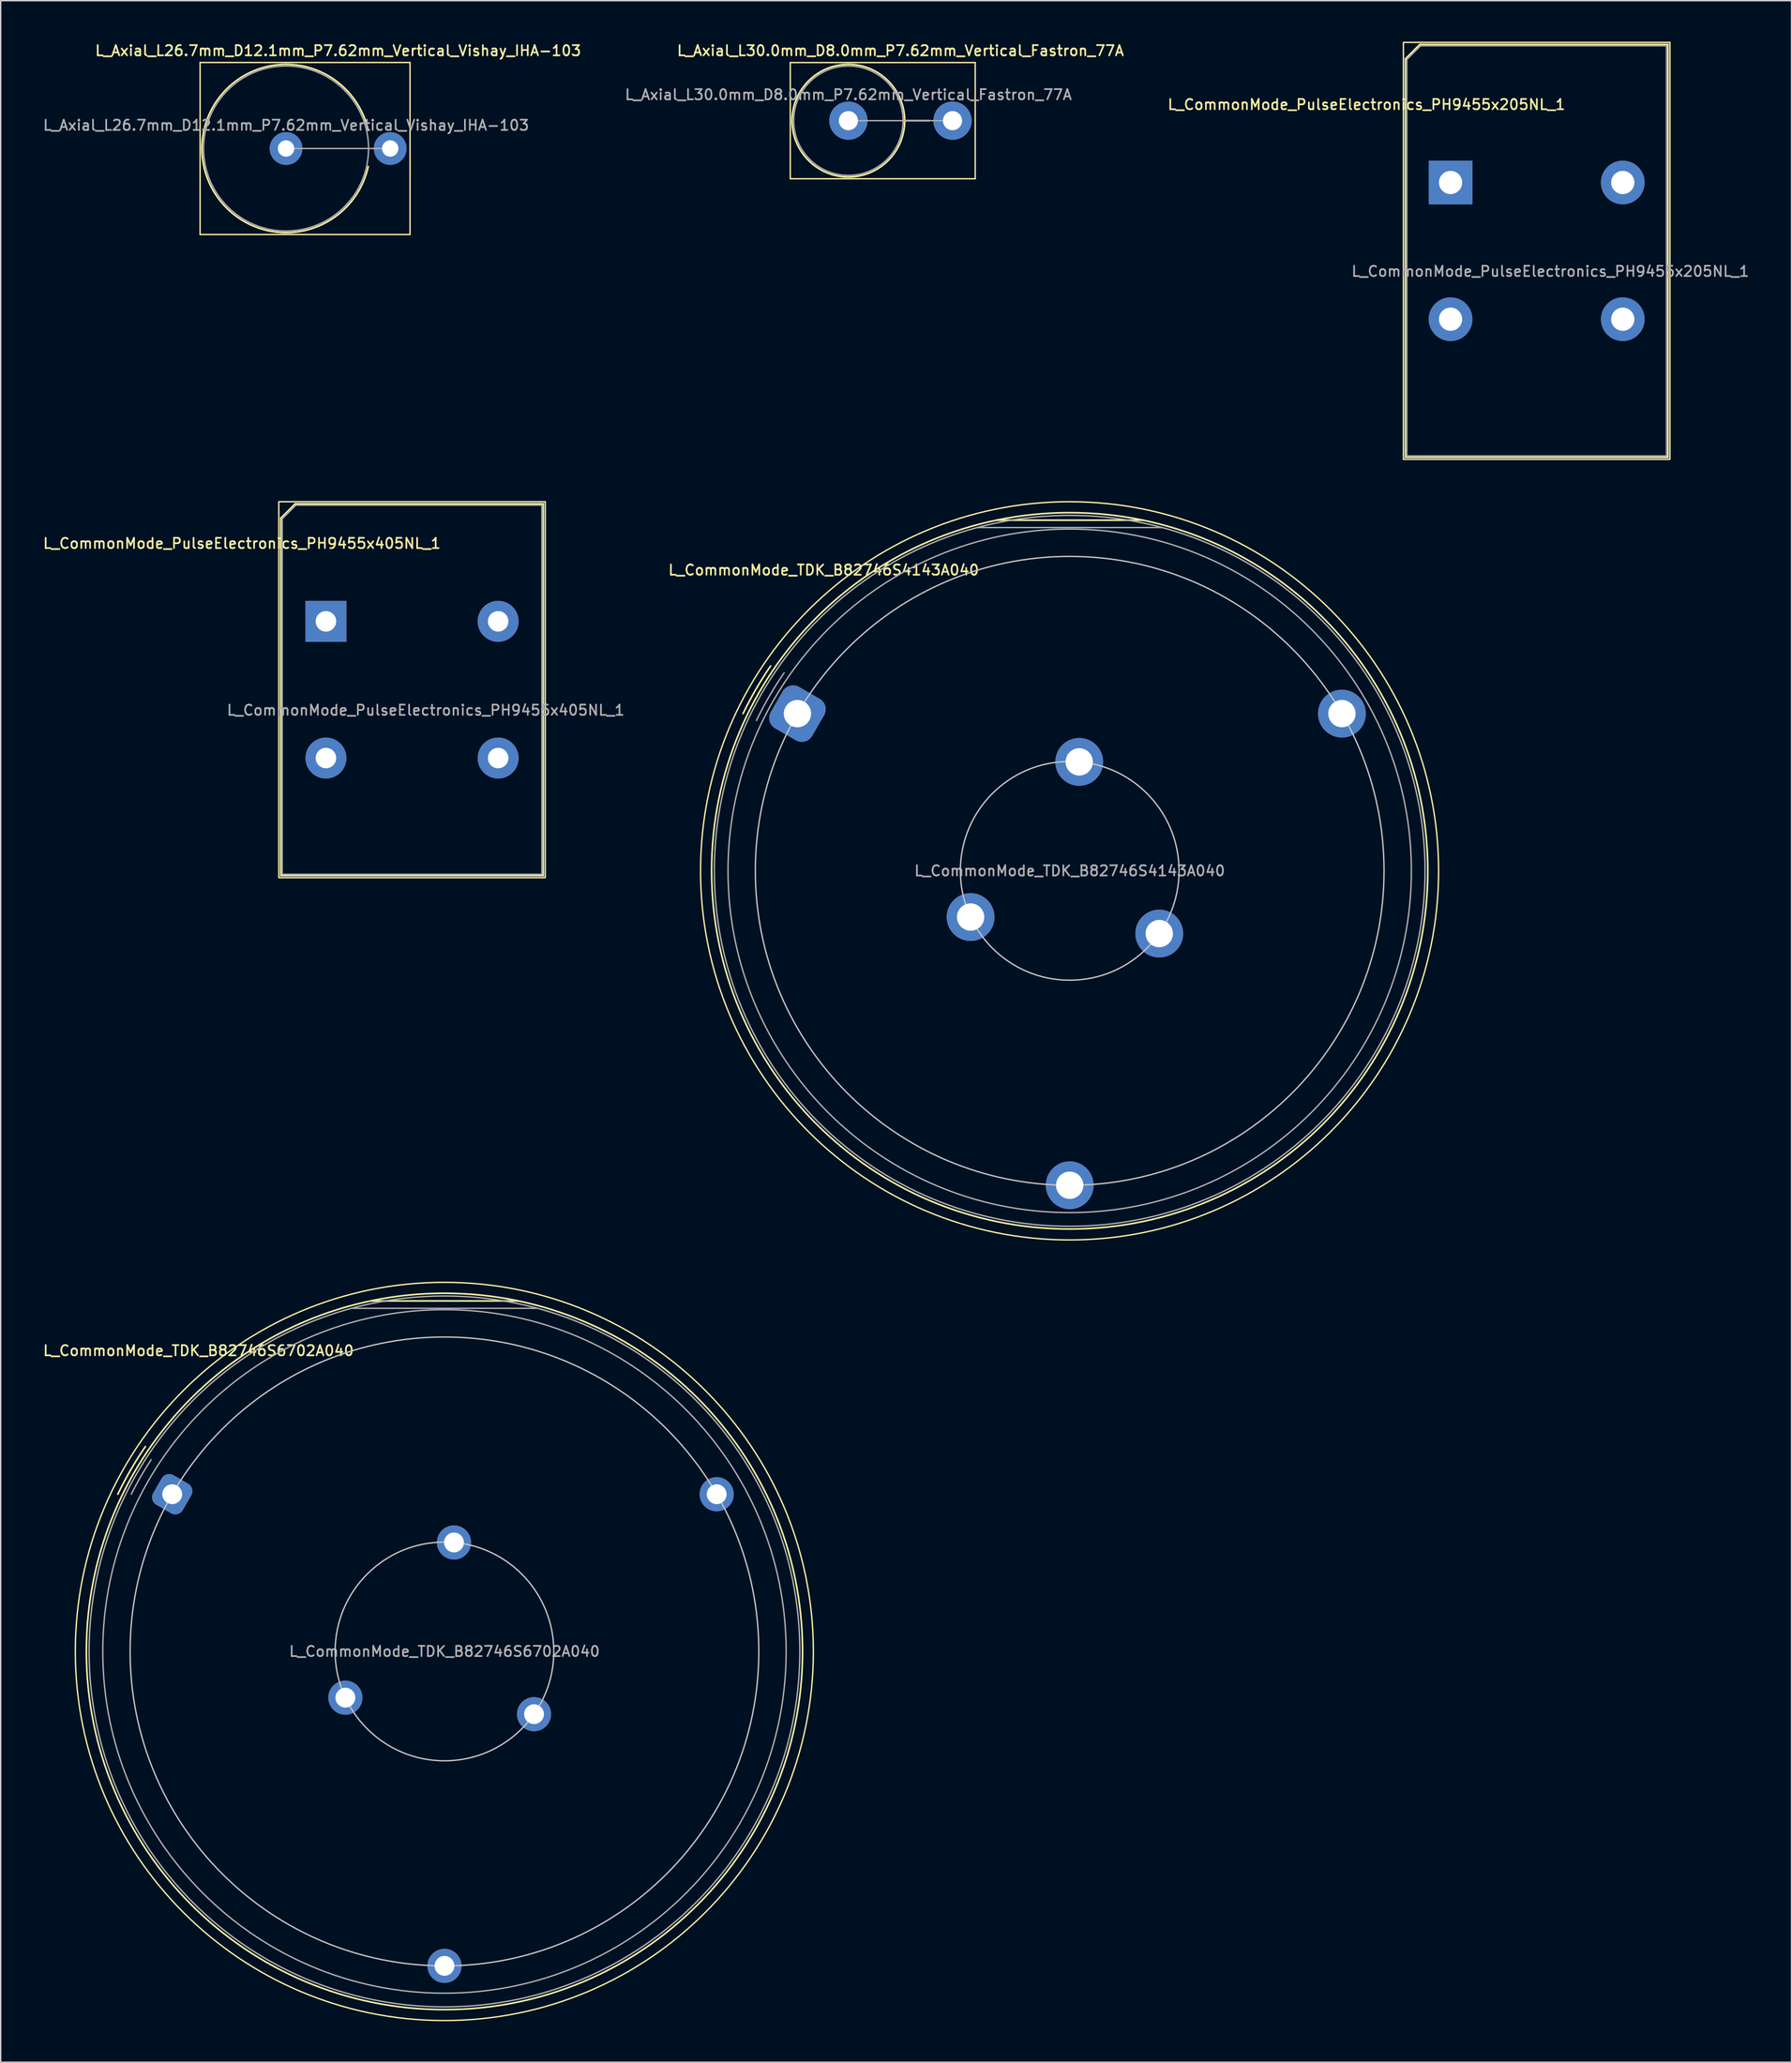
<source format=kicad_pcb>
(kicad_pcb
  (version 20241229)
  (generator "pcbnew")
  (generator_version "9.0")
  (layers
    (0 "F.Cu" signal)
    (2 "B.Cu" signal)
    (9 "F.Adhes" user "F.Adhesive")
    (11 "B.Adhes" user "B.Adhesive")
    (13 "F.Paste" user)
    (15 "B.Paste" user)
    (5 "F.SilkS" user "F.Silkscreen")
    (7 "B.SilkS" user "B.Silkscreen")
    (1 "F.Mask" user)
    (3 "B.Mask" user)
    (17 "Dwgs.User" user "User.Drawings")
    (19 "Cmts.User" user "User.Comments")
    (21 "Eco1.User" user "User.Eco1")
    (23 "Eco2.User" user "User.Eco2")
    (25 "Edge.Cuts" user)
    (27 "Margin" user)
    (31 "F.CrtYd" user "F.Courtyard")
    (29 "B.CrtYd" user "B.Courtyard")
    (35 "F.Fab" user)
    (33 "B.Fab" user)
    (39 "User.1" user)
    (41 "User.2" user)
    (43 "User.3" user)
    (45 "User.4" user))
  (footprint "L_Axial_L26.7mm_D12.1mm_P7.62mm_Vertical_Vishay_IHA-103"
    (layer "F.Cu")
    (at 17.88 7.813)
    (property "Reference" "L_Axial_L26.7mm_D12.1mm_P7.62mm_Vertical_Vishay_IHA-103" (at 3.81 -7.155 0) (layer "F.SilkS") (effects (font (size 0.75 0.75) (thickness 0.125))))
    (attr through_hole)
    (fp_line (start -6.29 -6.29) (end -6.29 6.29) (stroke (width 0.1) (type solid)) (layer "F.SilkS"))
    (fp_line (start -6.29 6.29) (end 9.07 6.29) (stroke (width 0.1) (type solid)) (layer "F.SilkS"))
    (fp_line (start 9.07 -6.29) (end -6.29 -6.29) (stroke (width 0.1) (type solid)) (layer "F.SilkS"))
    (fp_line (start 9.07 6.29) (end 9.07 -6.29) (stroke (width 0.1) (type solid)) (layer "F.SilkS"))
    (fp_arc (start 6.01179 1.32) (mid -6.155 0) (end 6.01179 -1.32) (stroke (width 0.12) (type solid)) (layer "F.SilkS"))
    (fp_line (start 0 0) (end 7.62 0) (stroke (width 0.1) (type solid)) (layer "F.Fab"))
    (fp_circle (center 0 0) (end 6.035 0) (stroke (width 0.1) (type solid)) (fill no) (layer "F.Fab"))
    (fp_text user "${REFERENCE}" (at 0 -1.7 0) (layer "F.Fab") (effects (font (size 0.75 0.75) (thickness 0.125))))
    (pad "1" thru_hole circle (at 0 0) (size 2.4 2.4) (drill 1.2) (layers "*.Cu" "*.Mask"))
    (pad "2" thru_hole oval (at 7.62 0) (size 2.4 2.4) (drill 1.2) (layers "*.Cu" "*.Mask")))
  (footprint "L_CommonMode_PulseElectronics_PH9455x405NL_1"
    (layer "F.Cu")
    (at 20.798 42.4)
    (property "Reference" "L_CommonMode_PulseElectronics_PH9455x405NL_1" (at -6.15 -5.7 0) (unlocked yes) (layer "F.SilkS") (effects (font (size 0.75 0.75) (thickness 0.125))))
    (attr through_hole)
    (fp_line (start -3.3 -7.55) (end -3.3 18.6) (stroke (width 0.12) (type solid)) (layer "F.SilkS"))
    (fp_line (start -3.3 18.6) (end 15.9 18.6) (stroke (width 0.12) (type solid)) (layer "F.SilkS"))
    (fp_line (start -2.25 -8.6) (end -3.3 -7.55) (stroke (width 0.12) (type solid)) (layer "F.SilkS"))
    (fp_line (start 15.9 -8.6) (end -2.25 -8.6) (stroke (width 0.12) (type solid)) (layer "F.SilkS"))
    (fp_line (start 15.9 18.6) (end 15.9 -8.6) (stroke (width 0.12) (type solid)) (layer "F.SilkS"))
    (fp_rect (start -3.45 -8.75) (end 16.05 18.75) (stroke (width 0.1) (type solid)) (fill no) (layer "F.SilkS"))
    (fp_line (start -3.2 -7.5) (end -2.2 -8.5) (stroke (width 0.1) (type solid)) (layer "F.Fab"))
    (fp_line (start -3.2 18.5) (end -3.2 -7.5) (stroke (width 0.1) (type solid)) (layer "F.Fab"))
    (fp_line (start -2.2 -8.5) (end 15.8 -8.5) (stroke (width 0.1) (type solid)) (layer "F.Fab"))
    (fp_line (start 15.8 -8.5) (end 15.8 18.5) (stroke (width 0.1) (type solid)) (layer "F.Fab"))
    (fp_line (start 15.8 18.5) (end -3.2 18.5) (stroke (width 0.1) (type solid)) (layer "F.Fab"))
    (fp_text user "${REFERENCE}" (at 7.3 6.5 0) (unlocked yes) (layer "F.Fab") (effects (font (size 0.75 0.75) (thickness 0.125))))
    (pad "1" thru_hole rect (at 0 0) (size 3 3) (drill 1.5) (layers "*.Cu" "*.Mask"))
    (pad "2" thru_hole circle (at 0 10) (size 3 3) (drill 1.5) (layers "*.Cu" "*.Mask"))
    (pad "3" thru_hole circle (at 12.6 10) (size 3 3) (drill 1.5) (layers "*.Cu" "*.Mask"))
    (pad "4" thru_hole circle (at 12.6 0) (size 3 3) (drill 1.5) (layers "*.Cu" "*.Mask")))
  (footprint "L_CommonMode_TDK_B82746S4143A040"
    (layer "F.Cu")
    (at 55.297 49.15)
    (property "Reference" "L_CommonMode_TDK_B82746S4143A040" (at 1.919 -10.5 0) (layer "F.SilkS") (effects (font (size 0.75 0.75) (thickness 0.125))))
    (attr through_hole)
    (fp_line (start 14.61 -14.15) (end 25.31 -14.15) (stroke (width 0.12) (type default)) (layer "F.SilkS"))
    (fp_arc (start -3.981416 0) (mid -3.038806 -1.782253) (end -1.963537 -3.487754) (stroke (width 0.12) (type default)) (layer "F.SilkS"))
    (fp_circle (center 19.91 11.5) (end 46.91 11.5) (stroke (width 0.1) (type default)) (fill no) (layer "F.SilkS"))
    (fp_circle (center 19.919 11.5) (end 46.119 11.5) (stroke (width 0.12) (type default)) (fill no) (layer "F.SilkS"))
    (fp_circle (center 19.919 11.5) (end 27.919 11.5) (stroke (width 0.1) (type default)) (fill no) (layer "Dwgs.User"))
    (fp_circle (center 19.919 11.5) (end 42.919 11.5) (stroke (width 0.1) (type default)) (fill no) (layer "Dwgs.User"))
    (fp_line (start 26.68 -13.61) (end 13.18 -13.61) (stroke (width 0.1) (type default)) (layer "F.Fab"))
    (fp_arc (start -2.999999 0.5) (mid -2.056361 -1.281362) (end -0.974545 -2.982355) (stroke (width 0.1) (type default)) (layer "F.Fab"))
    (fp_circle (center 19.919 11.5) (end 44.919 11.5) (stroke (width 0.1) (type default)) (fill no) (layer "F.Fab"))
    (fp_circle (center 19.919 11.5) (end 45.919 11.5) (stroke (width 0.1) (type default)) (fill no) (layer "F.Fab"))
    (fp_text user "${REFERENCE}" (at 19.919 11.5 0) (layer "F.Fab") (effects (font (size 0.75 0.75) (thickness 0.125))))
    (pad "1" thru_hole roundrect (at 0 0 150) (size 3.5 3.5) (drill 2) (layers "*.Cu" "*.Mask") (roundrect_rratio 0.25))
    (pad "2" thru_hole circle (at 19.919 34.5 20) (size 3.5 3.5) (drill 2) (layers "*.Cu" "*.Mask"))
    (pad "3" thru_hole circle (at 39.837 0 260) (size 3.5 3.5) (drill 2) (layers "*.Cu" "*.Mask"))
    (pad "4" thru_hole circle (at 26.472 16.089 52) (size 3.5 3.5) (drill 2) (layers "*.Cu" "*.Mask"))
    (pad "5" thru_hole circle (at 12.668 14.881 292) (size 3.5 3.5) (drill 2) (layers "*.Cu" "*.Mask"))
    (pad "6" thru_hole circle (at 20.616 3.53 172) (size 3.5 3.5) (drill 2) (layers "*.Cu" "*.Mask")))
  (footprint "L_CommonMode_TDK_B82746S6702A040"
    (layer "F.Cu")
    (at 9.551 106.25)
    (property "Reference" "L_CommonMode_TDK_B82746S6702A040" (at 1.919 -10.5 0) (layer "F.SilkS") (effects (font (size 0.75 0.75) (thickness 0.125))))
    (attr through_hole)
    (fp_line (start 14.58 -14.14) (end 25.28 -14.14) (stroke (width 0.12) (type default)) (layer "F.SilkS"))
    (fp_arc (start -3.981416 0) (mid -3.038806 -1.782253) (end -1.963537 -3.487754) (stroke (width 0.12) (type default)) (layer "F.SilkS"))
    (fp_circle (center 19.91 11.5) (end 46.91 11.5) (stroke (width 0.1) (type default)) (fill no) (layer "F.SilkS"))
    (fp_circle (center 19.919 11.5) (end 46.119 11.5) (stroke (width 0.12) (type default)) (fill no) (layer "F.SilkS"))
    (fp_circle (center 19.919 11.5) (end 27.919 11.5) (stroke (width 0.1) (type default)) (fill no) (layer "Dwgs.User"))
    (fp_circle (center 19.919 11.5) (end 42.919 11.5) (stroke (width 0.1) (type default)) (fill no) (layer "Dwgs.User"))
    (fp_line (start 26.65 -13.6) (end 13.15 -13.6) (stroke (width 0.1) (type default)) (layer "F.Fab"))
    (fp_arc (start -2.999999 0) (mid -2.308522 -1.285429) (end -1.545025 -2.52943) (stroke (width 0.1) (type default)) (layer "F.Fab"))
    (fp_circle (center 19.919 11.5) (end 44.919 11.5) (stroke (width 0.1) (type default)) (fill no) (layer "F.Fab"))
    (fp_circle (center 19.919 11.5) (end 45.919 11.5) (stroke (width 0.1) (type default)) (fill no) (layer "F.Fab"))
    (fp_text user "${REFERENCE}" (at 19.919 11.5 0) (layer "F.Fab") (effects (font (size 0.75 0.75) (thickness 0.125))))
    (pad "1" thru_hole roundrect (at 0 0 150) (size 2.5 2.5) (drill 1.45) (layers "*.Cu" "*.Mask") (roundrect_rratio 0.25))
    (pad "2" thru_hole circle (at 19.919 34.5 20) (size 2.5 2.5) (drill 1.45) (layers "*.Cu" "*.Mask"))
    (pad "3" thru_hole circle (at 39.837 0 260) (size 2.5 2.5) (drill 1.45) (layers "*.Cu" "*.Mask"))
    (pad "4" thru_hole circle (at 26.472 16.089 52) (size 2.5 2.5) (drill 1.45) (layers "*.Cu" "*.Mask"))
    (pad "5" thru_hole circle (at 12.668 14.881 292) (size 2.5 2.5) (drill 1.45) (layers "*.Cu" "*.Mask"))
    (pad "6" thru_hole circle (at 20.616 3.53 172) (size 2.5 2.5) (drill 1.45) (layers "*.Cu" "*.Mask")))
  (footprint "L_CommonMode_PulseElectronics_PH9455x205NL_1"
    (layer "F.Cu")
    (at 103.083 10.3)
    (property "Reference" "L_CommonMode_PulseElectronics_PH9455x205NL_1" (at -6.15 -5.7 0) (unlocked yes) (layer "F.SilkS") (effects (font (size 0.75 0.75) (thickness 0.125))))
    (attr through_hole)
    (fp_line (start -3.3 -9.05) (end -3.3 20.1) (stroke (width 0.12) (type solid)) (layer "F.SilkS"))
    (fp_line (start -3.3 20.1) (end 15.9 20.1) (stroke (width 0.12) (type solid)) (layer "F.SilkS"))
    (fp_line (start -2.25 -10.1) (end -3.3 -9.05) (stroke (width 0.12) (type solid)) (layer "F.SilkS"))
    (fp_line (start 15.9 -10.1) (end -2.25 -10.1) (stroke (width 0.12) (type solid)) (layer "F.SilkS"))
    (fp_line (start 15.9 20.1) (end 15.9 -10.1) (stroke (width 0.12) (type solid)) (layer "F.SilkS"))
    (fp_rect (start -3.45 -10.25) (end 16.05 20.25) (stroke (width 0.1) (type solid)) (fill no) (layer "F.SilkS"))
    (fp_line (start -3.2 -9) (end -2.2 -10) (stroke (width 0.1) (type solid)) (layer "F.Fab"))
    (fp_line (start -3.2 20) (end -3.2 -9) (stroke (width 0.1) (type solid)) (layer "F.Fab"))
    (fp_line (start -2.2 -10) (end 15.8 -10) (stroke (width 0.1) (type solid)) (layer "F.Fab"))
    (fp_line (start 15.8 -10) (end 15.8 20) (stroke (width 0.1) (type solid)) (layer "F.Fab"))
    (fp_line (start 15.8 20) (end -3.2 20) (stroke (width 0.1) (type solid)) (layer "F.Fab"))
    (fp_text user "${REFERENCE}" (at 7.3 6.5 0) (unlocked yes) (layer "F.Fab") (effects (font (size 0.75 0.75) (thickness 0.125))))
    (pad "1" thru_hole rect (at 0 0) (size 3.2 3.2) (drill 1.7) (layers "*.Cu" "*.Mask"))
    (pad "2" thru_hole circle (at 0 10) (size 3.2 3.2) (drill 1.7) (layers "*.Cu" "*.Mask"))
    (pad "3" thru_hole circle (at 12.6 10) (size 3.2 3.2) (drill 1.7) (layers "*.Cu" "*.Mask"))
    (pad "4" thru_hole circle (at 12.6 0) (size 3.2 3.2) (drill 1.7) (layers "*.Cu" "*.Mask")))
  (footprint "L_Axial_L30.0mm_D8.0mm_P7.62mm_Vertical_Fastron_77A"
    (layer "F.Cu")
    (at 59.023 5.778)
    (property "Reference" "L_Axial_L30.0mm_D8.0mm_P7.62mm_Vertical_Fastron_77A" (at 3.81 -5.12 0) (layer "F.SilkS") (effects (font (size 0.75 0.75) (thickness 0.125))))
    (attr through_hole)
    (fp_line (start -4.25 -4.25) (end -4.25 4.25) (stroke (width 0.1) (type solid)) (layer "F.SilkS"))
    (fp_line (start -4.25 4.25) (end 9.28 4.25) (stroke (width 0.1) (type solid)) (layer "F.SilkS"))
    (fp_line (start 4.12 0) (end 5.92 0) (stroke (width 0.12) (type solid)) (layer "F.SilkS"))
    (fp_line (start 9.28 -4.25) (end -4.25 -4.25) (stroke (width 0.1) (type solid)) (layer "F.SilkS"))
    (fp_line (start 9.28 4.25) (end 9.28 -4.25) (stroke (width 0.1) (type solid)) (layer "F.SilkS"))
    (fp_circle (center 0 0) (end 4.12 0) (stroke (width 0.12) (type solid)) (fill no) (layer "F.SilkS"))
    (fp_line (start 0 0) (end 7.62 0) (stroke (width 0.1) (type solid)) (layer "F.Fab"))
    (fp_circle (center 0 0) (end 4 0) (stroke (width 0.1) (type solid)) (fill no) (layer "F.Fab"))
    (fp_text user "${REFERENCE}" (at 0 -1.9 0) (layer "F.Fab") (effects (font (size 0.75 0.75) (thickness 0.125))))
    (pad "1" thru_hole circle (at 0 0) (size 2.8 2.8) (drill 1.4) (layers "*.Cu" "*.Mask"))
    (pad "2" thru_hole oval (at 7.62 0) (size 2.8 2.8) (drill 1.4) (layers "*.Cu" "*.Mask")))
  (gr_rect
    (start -3 -3)
    (end 128.031 147.8)
    (stroke (width 0.1) (type default))
    (fill no)
    (layer "Edge.Cuts")))
</source>
